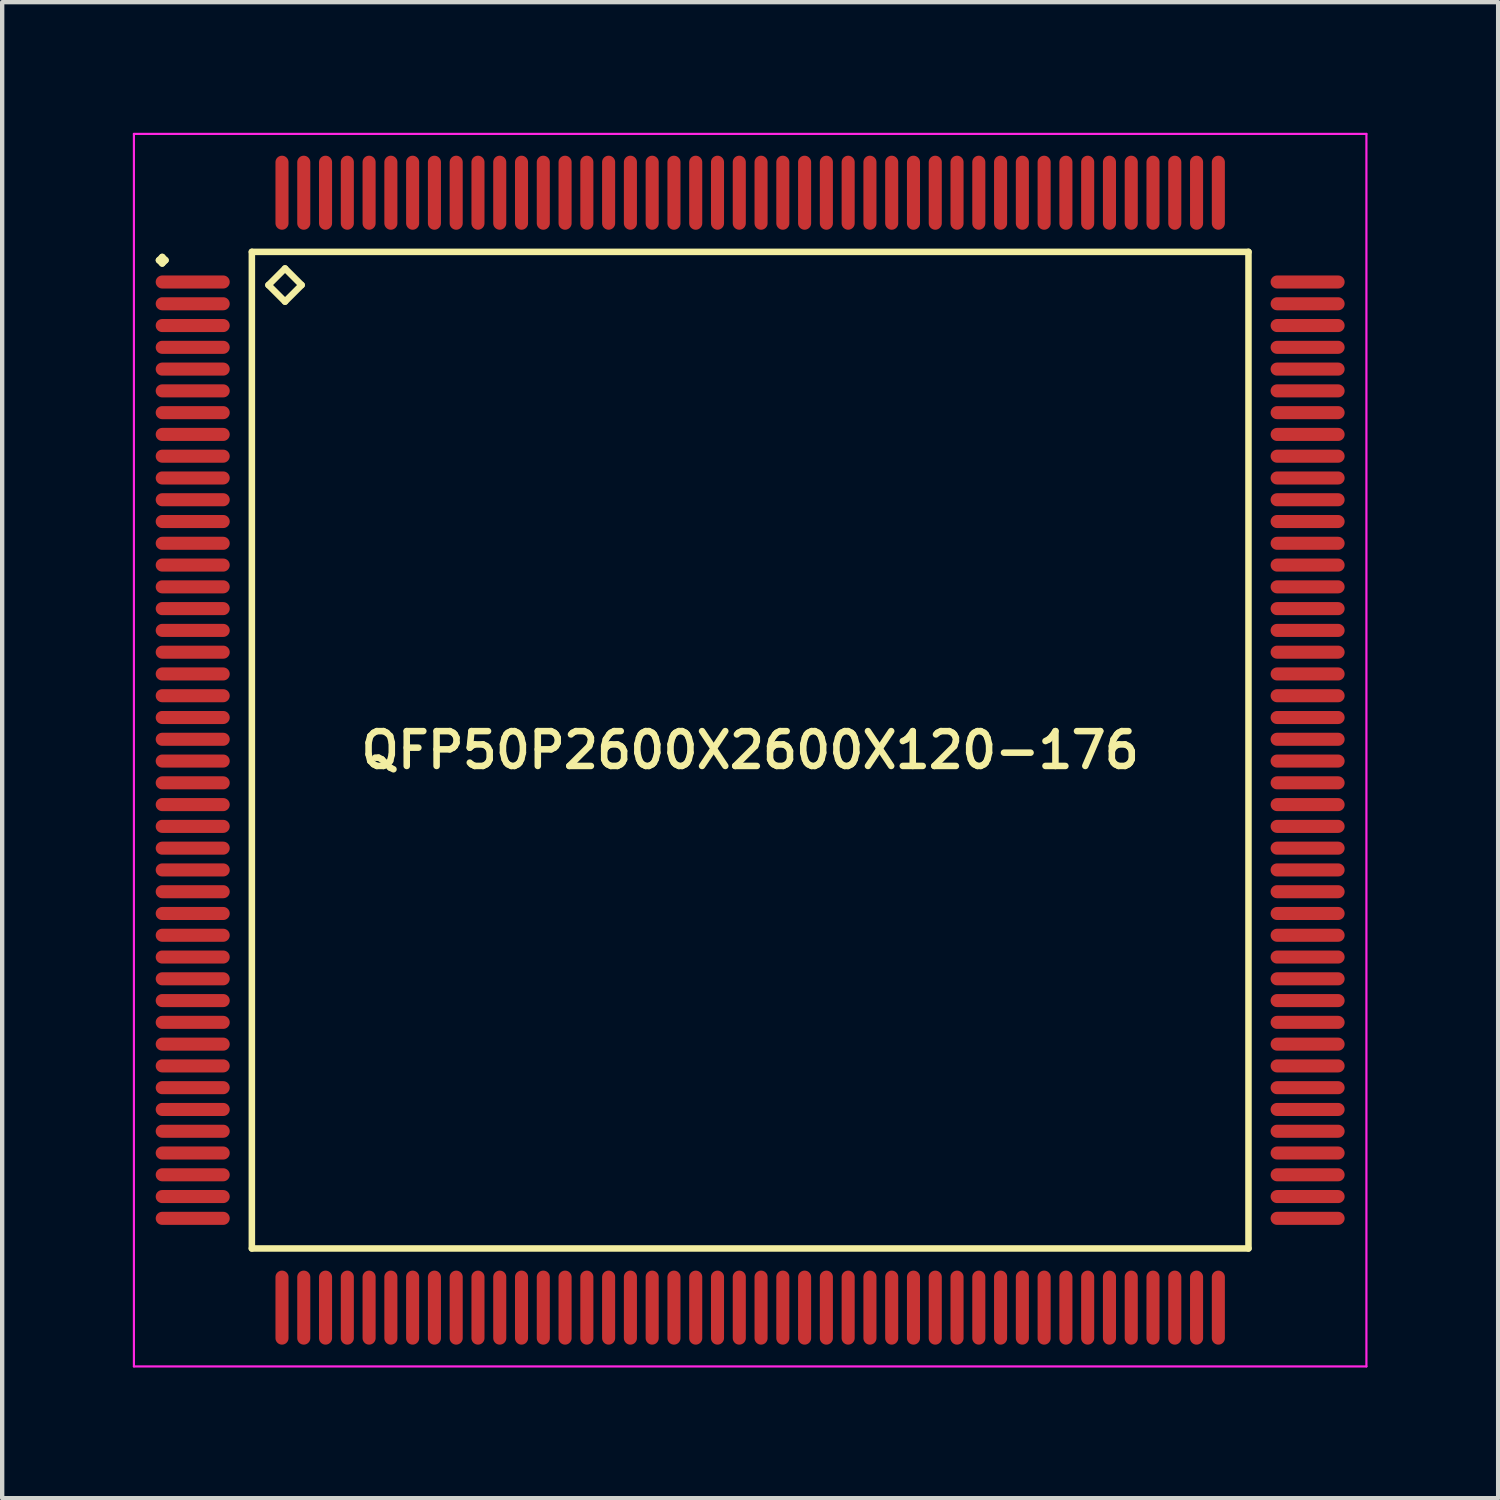
<source format=kicad_pcb>
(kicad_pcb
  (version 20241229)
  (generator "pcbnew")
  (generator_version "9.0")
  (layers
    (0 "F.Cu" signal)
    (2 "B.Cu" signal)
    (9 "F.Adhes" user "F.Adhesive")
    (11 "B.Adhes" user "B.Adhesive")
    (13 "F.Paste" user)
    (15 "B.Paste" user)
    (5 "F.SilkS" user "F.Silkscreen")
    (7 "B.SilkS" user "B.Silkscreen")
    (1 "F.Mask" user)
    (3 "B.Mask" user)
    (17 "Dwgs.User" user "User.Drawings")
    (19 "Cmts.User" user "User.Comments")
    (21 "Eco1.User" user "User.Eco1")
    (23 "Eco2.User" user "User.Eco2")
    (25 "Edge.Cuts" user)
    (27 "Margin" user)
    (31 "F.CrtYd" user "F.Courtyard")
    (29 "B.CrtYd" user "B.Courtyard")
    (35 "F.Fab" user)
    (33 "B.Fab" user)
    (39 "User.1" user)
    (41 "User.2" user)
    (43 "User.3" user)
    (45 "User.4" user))
  (footprint "QFP50P2600X2600X120-176"
    (layer "F.Cu")
    (at 14.175 14.175)
    (property "Reference" "QFP50P2600X2600X120-176" (at 0 0 0) (layer "F.SilkS") (effects (font (size 0.8 0.8) (thickness 0.15))))
    (attr smd)
    (fp_line (start -13.575 -11.25) (end -13.5 -11.325) (stroke (width 0.15) (type solid)) (layer "F.SilkS"))
    (fp_line (start -13.5 -11.325) (end -13.425 -11.25) (stroke (width 0.15) (type solid)) (layer "F.SilkS"))
    (fp_line (start -13.5 -11.175) (end -13.575 -11.25) (stroke (width 0.15) (type solid)) (layer "F.SilkS"))
    (fp_line (start -13.425 -11.25) (end -13.5 -11.175) (stroke (width 0.15) (type solid)) (layer "F.SilkS"))
    (fp_line (start -11.442 -11.442) (end -11.442 11.442) (stroke (width 0.15) (type solid)) (layer "F.SilkS"))
    (fp_line (start -11.442 11.442) (end 11.442 11.442) (stroke (width 0.15) (type solid)) (layer "F.SilkS"))
    (fp_line (start -11.061 -10.68) (end -10.68 -11.061) (stroke (width 0.15) (type solid)) (layer "F.SilkS"))
    (fp_line (start -10.68 -11.061) (end -10.299 -10.68) (stroke (width 0.15) (type solid)) (layer "F.SilkS"))
    (fp_line (start -10.68 -10.299) (end -11.061 -10.68) (stroke (width 0.15) (type solid)) (layer "F.SilkS"))
    (fp_line (start -10.299 -10.68) (end -10.68 -10.299) (stroke (width 0.15) (type solid)) (layer "F.SilkS"))
    (fp_line (start 11.442 -11.442) (end -11.442 -11.442) (stroke (width 0.15) (type solid)) (layer "F.SilkS"))
    (fp_line (start 11.442 11.442) (end 11.442 -11.442) (stroke (width 0.15) (type solid)) (layer "F.SilkS"))
    (fp_line (start -14.15 -14.15) (end 14.15 -14.15) (stroke (width 0.05) (type solid)) (layer "F.CrtYd"))
    (fp_line (start -14.15 14.15) (end -14.15 -14.15) (stroke (width 0.05) (type solid)) (layer "F.CrtYd"))
    (fp_line (start 14.15 -14.15) (end 14.15 14.15) (stroke (width 0.05) (type solid)) (layer "F.CrtYd"))
    (fp_line (start 14.15 14.15) (end -14.15 14.15) (stroke (width 0.05) (type solid)) (layer "F.CrtYd"))
    (pad "1" smd oval (at -12.8 -10.75) (size 1.7 0.3) (layers "F.Cu" "F.Mask" "F.Paste"))
    (pad "2" smd oval (at -12.8 -10.25) (size 1.7 0.3) (layers "F.Cu" "F.Mask" "F.Paste"))
    (pad "3" smd oval (at -12.8 -9.75) (size 1.7 0.3) (layers "F.Cu" "F.Mask" "F.Paste"))
    (pad "4" smd oval (at -12.8 -9.25) (size 1.7 0.3) (layers "F.Cu" "F.Mask" "F.Paste"))
    (pad "5" smd oval (at -12.8 -8.75) (size 1.7 0.3) (layers "F.Cu" "F.Mask" "F.Paste"))
    (pad "6" smd oval (at -12.8 -8.25) (size 1.7 0.3) (layers "F.Cu" "F.Mask" "F.Paste"))
    (pad "7" smd oval (at -12.8 -7.75) (size 1.7 0.3) (layers "F.Cu" "F.Mask" "F.Paste"))
    (pad "8" smd oval (at -12.8 -7.25) (size 1.7 0.3) (layers "F.Cu" "F.Mask" "F.Paste"))
    (pad "9" smd oval (at -12.8 -6.75) (size 1.7 0.3) (layers "F.Cu" "F.Mask" "F.Paste"))
    (pad "10" smd oval (at -12.8 -6.25) (size 1.7 0.3) (layers "F.Cu" "F.Mask" "F.Paste"))
    (pad "11" smd oval (at -12.8 -5.75) (size 1.7 0.3) (layers "F.Cu" "F.Mask" "F.Paste"))
    (pad "12" smd oval (at -12.8 -5.25) (size 1.7 0.3) (layers "F.Cu" "F.Mask" "F.Paste"))
    (pad "13" smd oval (at -12.8 -4.75) (size 1.7 0.3) (layers "F.Cu" "F.Mask" "F.Paste"))
    (pad "14" smd oval (at -12.8 -4.25) (size 1.7 0.3) (layers "F.Cu" "F.Mask" "F.Paste"))
    (pad "15" smd oval (at -12.8 -3.75) (size 1.7 0.3) (layers "F.Cu" "F.Mask" "F.Paste"))
    (pad "16" smd oval (at -12.8 -3.25) (size 1.7 0.3) (layers "F.Cu" "F.Mask" "F.Paste"))
    (pad "17" smd oval (at -12.8 -2.75) (size 1.7 0.3) (layers "F.Cu" "F.Mask" "F.Paste"))
    (pad "18" smd oval (at -12.8 -2.25) (size 1.7 0.3) (layers "F.Cu" "F.Mask" "F.Paste"))
    (pad "19" smd oval (at -12.8 -1.75) (size 1.7 0.3) (layers "F.Cu" "F.Mask" "F.Paste"))
    (pad "20" smd oval (at -12.8 -1.25) (size 1.7 0.3) (layers "F.Cu" "F.Mask" "F.Paste"))
    (pad "21" smd oval (at -12.8 -0.75) (size 1.7 0.3) (layers "F.Cu" "F.Mask" "F.Paste"))
    (pad "22" smd oval (at -12.8 -0.25) (size 1.7 0.3) (layers "F.Cu" "F.Mask" "F.Paste"))
    (pad "23" smd oval (at -12.8 0.25) (size 1.7 0.3) (layers "F.Cu" "F.Mask" "F.Paste"))
    (pad "24" smd oval (at -12.8 0.75) (size 1.7 0.3) (layers "F.Cu" "F.Mask" "F.Paste"))
    (pad "25" smd oval (at -12.8 1.25) (size 1.7 0.3) (layers "F.Cu" "F.Mask" "F.Paste"))
    (pad "26" smd oval (at -12.8 1.75) (size 1.7 0.3) (layers "F.Cu" "F.Mask" "F.Paste"))
    (pad "27" smd oval (at -12.8 2.25) (size 1.7 0.3) (layers "F.Cu" "F.Mask" "F.Paste"))
    (pad "28" smd oval (at -12.8 2.75) (size 1.7 0.3) (layers "F.Cu" "F.Mask" "F.Paste"))
    (pad "29" smd oval (at -12.8 3.25) (size 1.7 0.3) (layers "F.Cu" "F.Mask" "F.Paste"))
    (pad "30" smd oval (at -12.8 3.75) (size 1.7 0.3) (layers "F.Cu" "F.Mask" "F.Paste"))
    (pad "31" smd oval (at -12.8 4.25) (size 1.7 0.3) (layers "F.Cu" "F.Mask" "F.Paste"))
    (pad "32" smd oval (at -12.8 4.75) (size 1.7 0.3) (layers "F.Cu" "F.Mask" "F.Paste"))
    (pad "33" smd oval (at -12.8 5.25) (size 1.7 0.3) (layers "F.Cu" "F.Mask" "F.Paste"))
    (pad "34" smd oval (at -12.8 5.75) (size 1.7 0.3) (layers "F.Cu" "F.Mask" "F.Paste"))
    (pad "35" smd oval (at -12.8 6.25) (size 1.7 0.3) (layers "F.Cu" "F.Mask" "F.Paste"))
    (pad "36" smd oval (at -12.8 6.75) (size 1.7 0.3) (layers "F.Cu" "F.Mask" "F.Paste"))
    (pad "37" smd oval (at -12.8 7.25) (size 1.7 0.3) (layers "F.Cu" "F.Mask" "F.Paste"))
    (pad "38" smd oval (at -12.8 7.75) (size 1.7 0.3) (layers "F.Cu" "F.Mask" "F.Paste"))
    (pad "39" smd oval (at -12.8 8.25) (size 1.7 0.3) (layers "F.Cu" "F.Mask" "F.Paste"))
    (pad "40" smd oval (at -12.8 8.75) (size 1.7 0.3) (layers "F.Cu" "F.Mask" "F.Paste"))
    (pad "41" smd oval (at -12.8 9.25) (size 1.7 0.3) (layers "F.Cu" "F.Mask" "F.Paste"))
    (pad "42" smd oval (at -12.8 9.75) (size 1.7 0.3) (layers "F.Cu" "F.Mask" "F.Paste"))
    (pad "43" smd oval (at -12.8 10.25) (size 1.7 0.3) (layers "F.Cu" "F.Mask" "F.Paste"))
    (pad "44" smd oval (at -12.8 10.75) (size 1.7 0.3) (layers "F.Cu" "F.Mask" "F.Paste"))
    (pad "45" smd oval (at -10.75 12.8) (size 0.3 1.7) (layers "F.Cu" "F.Mask" "F.Paste"))
    (pad "46" smd oval (at -10.25 12.8) (size 0.3 1.7) (layers "F.Cu" "F.Mask" "F.Paste"))
    (pad "47" smd oval (at -9.75 12.8) (size 0.3 1.7) (layers "F.Cu" "F.Mask" "F.Paste"))
    (pad "48" smd oval (at -9.25 12.8) (size 0.3 1.7) (layers "F.Cu" "F.Mask" "F.Paste"))
    (pad "49" smd oval (at -8.75 12.8) (size 0.3 1.7) (layers "F.Cu" "F.Mask" "F.Paste"))
    (pad "50" smd oval (at -8.25 12.8) (size 0.3 1.7) (layers "F.Cu" "F.Mask" "F.Paste"))
    (pad "51" smd oval (at -7.75 12.8) (size 0.3 1.7) (layers "F.Cu" "F.Mask" "F.Paste"))
    (pad "52" smd oval (at -7.25 12.8) (size 0.3 1.7) (layers "F.Cu" "F.Mask" "F.Paste"))
    (pad "53" smd oval (at -6.75 12.8) (size 0.3 1.7) (layers "F.Cu" "F.Mask" "F.Paste"))
    (pad "54" smd oval (at -6.25 12.8) (size 0.3 1.7) (layers "F.Cu" "F.Mask" "F.Paste"))
    (pad "55" smd oval (at -5.75 12.8) (size 0.3 1.7) (layers "F.Cu" "F.Mask" "F.Paste"))
    (pad "56" smd oval (at -5.25 12.8) (size 0.3 1.7) (layers "F.Cu" "F.Mask" "F.Paste"))
    (pad "57" smd oval (at -4.75 12.8) (size 0.3 1.7) (layers "F.Cu" "F.Mask" "F.Paste"))
    (pad "58" smd oval (at -4.25 12.8) (size 0.3 1.7) (layers "F.Cu" "F.Mask" "F.Paste"))
    (pad "59" smd oval (at -3.75 12.8) (size 0.3 1.7) (layers "F.Cu" "F.Mask" "F.Paste"))
    (pad "60" smd oval (at -3.25 12.8) (size 0.3 1.7) (layers "F.Cu" "F.Mask" "F.Paste"))
    (pad "61" smd oval (at -2.75 12.8) (size 0.3 1.7) (layers "F.Cu" "F.Mask" "F.Paste"))
    (pad "62" smd oval (at -2.25 12.8) (size 0.3 1.7) (layers "F.Cu" "F.Mask" "F.Paste"))
    (pad "63" smd oval (at -1.75 12.8) (size 0.3 1.7) (layers "F.Cu" "F.Mask" "F.Paste"))
    (pad "64" smd oval (at -1.25 12.8) (size 0.3 1.7) (layers "F.Cu" "F.Mask" "F.Paste"))
    (pad "65" smd oval (at -0.75 12.8) (size 0.3 1.7) (layers "F.Cu" "F.Mask" "F.Paste"))
    (pad "66" smd oval (at -0.25 12.8) (size 0.3 1.7) (layers "F.Cu" "F.Mask" "F.Paste"))
    (pad "67" smd oval (at 0.25 12.8) (size 0.3 1.7) (layers "F.Cu" "F.Mask" "F.Paste"))
    (pad "68" smd oval (at 0.75 12.8) (size 0.3 1.7) (layers "F.Cu" "F.Mask" "F.Paste"))
    (pad "69" smd oval (at 1.25 12.8) (size 0.3 1.7) (layers "F.Cu" "F.Mask" "F.Paste"))
    (pad "70" smd oval (at 1.75 12.8) (size 0.3 1.7) (layers "F.Cu" "F.Mask" "F.Paste"))
    (pad "71" smd oval (at 2.25 12.8) (size 0.3 1.7) (layers "F.Cu" "F.Mask" "F.Paste"))
    (pad "72" smd oval (at 2.75 12.8) (size 0.3 1.7) (layers "F.Cu" "F.Mask" "F.Paste"))
    (pad "73" smd oval (at 3.25 12.8) (size 0.3 1.7) (layers "F.Cu" "F.Mask" "F.Paste"))
    (pad "74" smd oval (at 3.75 12.8) (size 0.3 1.7) (layers "F.Cu" "F.Mask" "F.Paste"))
    (pad "75" smd oval (at 4.25 12.8) (size 0.3 1.7) (layers "F.Cu" "F.Mask" "F.Paste"))
    (pad "76" smd oval (at 4.75 12.8) (size 0.3 1.7) (layers "F.Cu" "F.Mask" "F.Paste"))
    (pad "77" smd oval (at 5.25 12.8) (size 0.3 1.7) (layers "F.Cu" "F.Mask" "F.Paste"))
    (pad "78" smd oval (at 5.75 12.8) (size 0.3 1.7) (layers "F.Cu" "F.Mask" "F.Paste"))
    (pad "79" smd oval (at 6.25 12.8) (size 0.3 1.7) (layers "F.Cu" "F.Mask" "F.Paste"))
    (pad "80" smd oval (at 6.75 12.8) (size 0.3 1.7) (layers "F.Cu" "F.Mask" "F.Paste"))
    (pad "81" smd oval (at 7.25 12.8) (size 0.3 1.7) (layers "F.Cu" "F.Mask" "F.Paste"))
    (pad "82" smd oval (at 7.75 12.8) (size 0.3 1.7) (layers "F.Cu" "F.Mask" "F.Paste"))
    (pad "83" smd oval (at 8.25 12.8) (size 0.3 1.7) (layers "F.Cu" "F.Mask" "F.Paste"))
    (pad "84" smd oval (at 8.75 12.8) (size 0.3 1.7) (layers "F.Cu" "F.Mask" "F.Paste"))
    (pad "85" smd oval (at 9.25 12.8) (size 0.3 1.7) (layers "F.Cu" "F.Mask" "F.Paste"))
    (pad "86" smd oval (at 9.75 12.8) (size 0.3 1.7) (layers "F.Cu" "F.Mask" "F.Paste"))
    (pad "87" smd oval (at 10.25 12.8) (size 0.3 1.7) (layers "F.Cu" "F.Mask" "F.Paste"))
    (pad "88" smd oval (at 10.75 12.8) (size 0.3 1.7) (layers "F.Cu" "F.Mask" "F.Paste"))
    (pad "89" smd oval (at 12.8 10.75) (size 1.7 0.3) (layers "F.Cu" "F.Mask" "F.Paste"))
    (pad "90" smd oval (at 12.8 10.25) (size 1.7 0.3) (layers "F.Cu" "F.Mask" "F.Paste"))
    (pad "91" smd oval (at 12.8 9.75) (size 1.7 0.3) (layers "F.Cu" "F.Mask" "F.Paste"))
    (pad "92" smd oval (at 12.8 9.25) (size 1.7 0.3) (layers "F.Cu" "F.Mask" "F.Paste"))
    (pad "93" smd oval (at 12.8 8.75) (size 1.7 0.3) (layers "F.Cu" "F.Mask" "F.Paste"))
    (pad "94" smd oval (at 12.8 8.25) (size 1.7 0.3) (layers "F.Cu" "F.Mask" "F.Paste"))
    (pad "95" smd oval (at 12.8 7.75) (size 1.7 0.3) (layers "F.Cu" "F.Mask" "F.Paste"))
    (pad "96" smd oval (at 12.8 7.25) (size 1.7 0.3) (layers "F.Cu" "F.Mask" "F.Paste"))
    (pad "97" smd oval (at 12.8 6.75) (size 1.7 0.3) (layers "F.Cu" "F.Mask" "F.Paste"))
    (pad "98" smd oval (at 12.8 6.25) (size 1.7 0.3) (layers "F.Cu" "F.Mask" "F.Paste"))
    (pad "99" smd oval (at 12.8 5.75) (size 1.7 0.3) (layers "F.Cu" "F.Mask" "F.Paste"))
    (pad "100" smd oval (at 12.8 5.25) (size 1.7 0.3) (layers "F.Cu" "F.Mask" "F.Paste"))
    (pad "101" smd oval (at 12.8 4.75) (size 1.7 0.3) (layers "F.Cu" "F.Mask" "F.Paste"))
    (pad "102" smd oval (at 12.8 4.25) (size 1.7 0.3) (layers "F.Cu" "F.Mask" "F.Paste"))
    (pad "103" smd oval (at 12.8 3.75) (size 1.7 0.3) (layers "F.Cu" "F.Mask" "F.Paste"))
    (pad "104" smd oval (at 12.8 3.25) (size 1.7 0.3) (layers "F.Cu" "F.Mask" "F.Paste"))
    (pad "105" smd oval (at 12.8 2.75) (size 1.7 0.3) (layers "F.Cu" "F.Mask" "F.Paste"))
    (pad "106" smd oval (at 12.8 2.25) (size 1.7 0.3) (layers "F.Cu" "F.Mask" "F.Paste"))
    (pad "107" smd oval (at 12.8 1.75) (size 1.7 0.3) (layers "F.Cu" "F.Mask" "F.Paste"))
    (pad "108" smd oval (at 12.8 1.25) (size 1.7 0.3) (layers "F.Cu" "F.Mask" "F.Paste"))
    (pad "109" smd oval (at 12.8 0.75) (size 1.7 0.3) (layers "F.Cu" "F.Mask" "F.Paste"))
    (pad "110" smd oval (at 12.8 0.25) (size 1.7 0.3) (layers "F.Cu" "F.Mask" "F.Paste"))
    (pad "111" smd oval (at 12.8 -0.25) (size 1.7 0.3) (layers "F.Cu" "F.Mask" "F.Paste"))
    (pad "112" smd oval (at 12.8 -0.75) (size 1.7 0.3) (layers "F.Cu" "F.Mask" "F.Paste"))
    (pad "113" smd oval (at 12.8 -1.25) (size 1.7 0.3) (layers "F.Cu" "F.Mask" "F.Paste"))
    (pad "114" smd oval (at 12.8 -1.75) (size 1.7 0.3) (layers "F.Cu" "F.Mask" "F.Paste"))
    (pad "115" smd oval (at 12.8 -2.25) (size 1.7 0.3) (layers "F.Cu" "F.Mask" "F.Paste"))
    (pad "116" smd oval (at 12.8 -2.75) (size 1.7 0.3) (layers "F.Cu" "F.Mask" "F.Paste"))
    (pad "117" smd oval (at 12.8 -3.25) (size 1.7 0.3) (layers "F.Cu" "F.Mask" "F.Paste"))
    (pad "118" smd oval (at 12.8 -3.75) (size 1.7 0.3) (layers "F.Cu" "F.Mask" "F.Paste"))
    (pad "119" smd oval (at 12.8 -4.25) (size 1.7 0.3) (layers "F.Cu" "F.Mask" "F.Paste"))
    (pad "120" smd oval (at 12.8 -4.75) (size 1.7 0.3) (layers "F.Cu" "F.Mask" "F.Paste"))
    (pad "121" smd oval (at 12.8 -5.25) (size 1.7 0.3) (layers "F.Cu" "F.Mask" "F.Paste"))
    (pad "122" smd oval (at 12.8 -5.75) (size 1.7 0.3) (layers "F.Cu" "F.Mask" "F.Paste"))
    (pad "123" smd oval (at 12.8 -6.25) (size 1.7 0.3) (layers "F.Cu" "F.Mask" "F.Paste"))
    (pad "124" smd oval (at 12.8 -6.75) (size 1.7 0.3) (layers "F.Cu" "F.Mask" "F.Paste"))
    (pad "125" smd oval (at 12.8 -7.25) (size 1.7 0.3) (layers "F.Cu" "F.Mask" "F.Paste"))
    (pad "126" smd oval (at 12.8 -7.75) (size 1.7 0.3) (layers "F.Cu" "F.Mask" "F.Paste"))
    (pad "127" smd oval (at 12.8 -8.25) (size 1.7 0.3) (layers "F.Cu" "F.Mask" "F.Paste"))
    (pad "128" smd oval (at 12.8 -8.75) (size 1.7 0.3) (layers "F.Cu" "F.Mask" "F.Paste"))
    (pad "129" smd oval (at 12.8 -9.25) (size 1.7 0.3) (layers "F.Cu" "F.Mask" "F.Paste"))
    (pad "130" smd oval (at 12.8 -9.75) (size 1.7 0.3) (layers "F.Cu" "F.Mask" "F.Paste"))
    (pad "131" smd oval (at 12.8 -10.25) (size 1.7 0.3) (layers "F.Cu" "F.Mask" "F.Paste"))
    (pad "132" smd oval (at 12.8 -10.75) (size 1.7 0.3) (layers "F.Cu" "F.Mask" "F.Paste"))
    (pad "133" smd oval (at 10.75 -12.8) (size 0.3 1.7) (layers "F.Cu" "F.Mask" "F.Paste"))
    (pad "134" smd oval (at 10.25 -12.8) (size 0.3 1.7) (layers "F.Cu" "F.Mask" "F.Paste"))
    (pad "135" smd oval (at 9.75 -12.8) (size 0.3 1.7) (layers "F.Cu" "F.Mask" "F.Paste"))
    (pad "136" smd oval (at 9.25 -12.8) (size 0.3 1.7) (layers "F.Cu" "F.Mask" "F.Paste"))
    (pad "137" smd oval (at 8.75 -12.8) (size 0.3 1.7) (layers "F.Cu" "F.Mask" "F.Paste"))
    (pad "138" smd oval (at 8.25 -12.8) (size 0.3 1.7) (layers "F.Cu" "F.Mask" "F.Paste"))
    (pad "139" smd oval (at 7.75 -12.8) (size 0.3 1.7) (layers "F.Cu" "F.Mask" "F.Paste"))
    (pad "140" smd oval (at 7.25 -12.8) (size 0.3 1.7) (layers "F.Cu" "F.Mask" "F.Paste"))
    (pad "141" smd oval (at 6.75 -12.8) (size 0.3 1.7) (layers "F.Cu" "F.Mask" "F.Paste"))
    (pad "142" smd oval (at 6.25 -12.8) (size 0.3 1.7) (layers "F.Cu" "F.Mask" "F.Paste"))
    (pad "143" smd oval (at 5.75 -12.8) (size 0.3 1.7) (layers "F.Cu" "F.Mask" "F.Paste"))
    (pad "144" smd oval (at 5.25 -12.8) (size 0.3 1.7) (layers "F.Cu" "F.Mask" "F.Paste"))
    (pad "145" smd oval (at 4.75 -12.8) (size 0.3 1.7) (layers "F.Cu" "F.Mask" "F.Paste"))
    (pad "146" smd oval (at 4.25 -12.8) (size 0.3 1.7) (layers "F.Cu" "F.Mask" "F.Paste"))
    (pad "147" smd oval (at 3.75 -12.8) (size 0.3 1.7) (layers "F.Cu" "F.Mask" "F.Paste"))
    (pad "148" smd oval (at 3.25 -12.8) (size 0.3 1.7) (layers "F.Cu" "F.Mask" "F.Paste"))
    (pad "149" smd oval (at 2.75 -12.8) (size 0.3 1.7) (layers "F.Cu" "F.Mask" "F.Paste"))
    (pad "150" smd oval (at 2.25 -12.8) (size 0.3 1.7) (layers "F.Cu" "F.Mask" "F.Paste"))
    (pad "151" smd oval (at 1.75 -12.8) (size 0.3 1.7) (layers "F.Cu" "F.Mask" "F.Paste"))
    (pad "152" smd oval (at 1.25 -12.8) (size 0.3 1.7) (layers "F.Cu" "F.Mask" "F.Paste"))
    (pad "153" smd oval (at 0.75 -12.8) (size 0.3 1.7) (layers "F.Cu" "F.Mask" "F.Paste"))
    (pad "154" smd oval (at 0.25 -12.8) (size 0.3 1.7) (layers "F.Cu" "F.Mask" "F.Paste"))
    (pad "155" smd oval (at -0.25 -12.8) (size 0.3 1.7) (layers "F.Cu" "F.Mask" "F.Paste"))
    (pad "156" smd oval (at -0.75 -12.8) (size 0.3 1.7) (layers "F.Cu" "F.Mask" "F.Paste"))
    (pad "157" smd oval (at -1.25 -12.8) (size 0.3 1.7) (layers "F.Cu" "F.Mask" "F.Paste"))
    (pad "158" smd oval (at -1.75 -12.8) (size 0.3 1.7) (layers "F.Cu" "F.Mask" "F.Paste"))
    (pad "159" smd oval (at -2.25 -12.8) (size 0.3 1.7) (layers "F.Cu" "F.Mask" "F.Paste"))
    (pad "160" smd oval (at -2.75 -12.8) (size 0.3 1.7) (layers "F.Cu" "F.Mask" "F.Paste"))
    (pad "161" smd oval (at -3.25 -12.8) (size 0.3 1.7) (layers "F.Cu" "F.Mask" "F.Paste"))
    (pad "162" smd oval (at -3.75 -12.8) (size 0.3 1.7) (layers "F.Cu" "F.Mask" "F.Paste"))
    (pad "163" smd oval (at -4.25 -12.8) (size 0.3 1.7) (layers "F.Cu" "F.Mask" "F.Paste"))
    (pad "164" smd oval (at -4.75 -12.8) (size 0.3 1.7) (layers "F.Cu" "F.Mask" "F.Paste"))
    (pad "165" smd oval (at -5.25 -12.8) (size 0.3 1.7) (layers "F.Cu" "F.Mask" "F.Paste"))
    (pad "166" smd oval (at -5.75 -12.8) (size 0.3 1.7) (layers "F.Cu" "F.Mask" "F.Paste"))
    (pad "167" smd oval (at -6.25 -12.8) (size 0.3 1.7) (layers "F.Cu" "F.Mask" "F.Paste"))
    (pad "168" smd oval (at -6.75 -12.8) (size 0.3 1.7) (layers "F.Cu" "F.Mask" "F.Paste"))
    (pad "169" smd oval (at -7.25 -12.8) (size 0.3 1.7) (layers "F.Cu" "F.Mask" "F.Paste"))
    (pad "170" smd oval (at -7.75 -12.8) (size 0.3 1.7) (layers "F.Cu" "F.Mask" "F.Paste"))
    (pad "171" smd oval (at -8.25 -12.8) (size 0.3 1.7) (layers "F.Cu" "F.Mask" "F.Paste"))
    (pad "172" smd oval (at -8.75 -12.8) (size 0.3 1.7) (layers "F.Cu" "F.Mask" "F.Paste"))
    (pad "173" smd oval (at -9.25 -12.8) (size 0.3 1.7) (layers "F.Cu" "F.Mask" "F.Paste"))
    (pad "174" smd oval (at -9.75 -12.8) (size 0.3 1.7) (layers "F.Cu" "F.Mask" "F.Paste"))
    (pad "175" smd oval (at -10.25 -12.8) (size 0.3 1.7) (layers "F.Cu" "F.Mask" "F.Paste"))
    (pad "176" smd oval (at -10.75 -12.8) (size 0.3 1.7) (layers "F.Cu" "F.Mask" "F.Paste")))
  (gr_rect
    (start -3 -3)
    (end 31.35 31.35)
    (stroke (width 0.1) (type default))
    (fill no)
    (layer "Edge.Cuts")))
</source>
